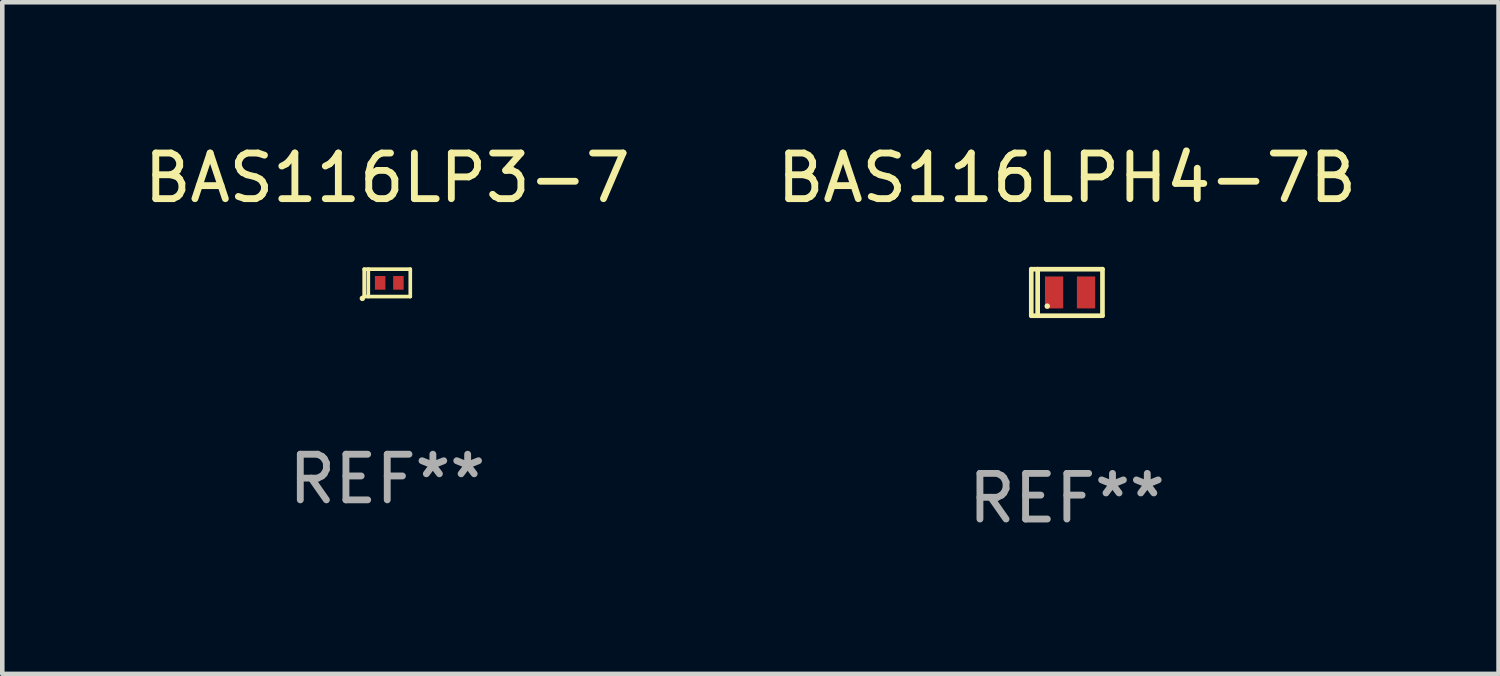
<source format=kicad_pcb>
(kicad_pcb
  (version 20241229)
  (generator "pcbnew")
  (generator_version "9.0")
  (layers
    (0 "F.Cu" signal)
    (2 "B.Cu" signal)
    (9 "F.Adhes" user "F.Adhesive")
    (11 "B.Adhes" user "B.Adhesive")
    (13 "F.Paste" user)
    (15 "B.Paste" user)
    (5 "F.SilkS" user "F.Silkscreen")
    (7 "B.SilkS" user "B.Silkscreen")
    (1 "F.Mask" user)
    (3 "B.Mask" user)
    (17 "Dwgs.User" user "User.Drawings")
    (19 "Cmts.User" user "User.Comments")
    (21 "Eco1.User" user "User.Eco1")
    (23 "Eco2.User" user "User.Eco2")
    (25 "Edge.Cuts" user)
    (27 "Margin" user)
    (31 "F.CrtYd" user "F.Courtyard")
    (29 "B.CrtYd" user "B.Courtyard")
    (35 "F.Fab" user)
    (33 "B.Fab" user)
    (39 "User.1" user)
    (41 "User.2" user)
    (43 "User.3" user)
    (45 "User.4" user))
  (footprint "BAS116LP3-7"
    (layer "F.Cu")
    (at 5.435 3.148)
    (property "Reference" "BAS116LP3-7" (at 0 -2.3 0) (layer "F.SilkS") (effects (font (size 1 1) (thickness 0.15))))
    (attr through_hole)
    (fp_line (start -0.505 -0.3) (end -0.505 0.3) (stroke (width 0.08) (type solid)) (layer "F.SilkS"))
    (fp_line (start -0.505 -0.3) (end 0.505 -0.3) (stroke (width 0.08) (type solid)) (layer "F.SilkS"))
    (fp_line (start -0.505 0.3) (end 0.505 0.3) (stroke (width 0.08) (type solid)) (layer "F.SilkS"))
    (fp_line (start -0.415 -0.3) (end -0.415 0.3) (stroke (width 0.08) (type solid)) (layer "F.SilkS"))
    (fp_line (start 0.505 -0.3) (end 0.505 0.3) (stroke (width 0.08) (type solid)) (layer "F.SilkS"))
    (fp_circle (center -0.545 0.34) (end -0.515 0.34) (stroke (width 0.06) (type solid)) (fill no) (layer "F.SilkS"))
    (fp_text user "REF**" (at 0 4.3 0) (layer "F.Fab") (effects (font (size 1 1) (thickness 0.15))))
    (pad "1" smd rect (at -0.155 0 180) (size 0.23 0.3) (layers "F.Cu" "F.Mask" "F.Paste"))
    (pad "2" smd rect (at 0.245 0 180) (size 0.23 0.3) (layers "F.Cu" "F.Mask" "F.Paste")))
  (footprint "BAS116LPH4-7B"
    (layer "F.Cu")
    (at 20.327 3.358)
    (property "Reference" "BAS116LPH4-7B" (at 0 -2.51 0) (layer "F.SilkS") (effects (font (size 1 1) (thickness 0.15))))
    (attr through_hole)
    (fp_line (start -0.78 -0.51) (end -0.78 0.51) (stroke (width 0.102) (type solid)) (layer "F.SilkS"))
    (fp_line (start -0.78 -0.51) (end 0.78 -0.51) (stroke (width 0.102) (type solid)) (layer "F.SilkS"))
    (fp_line (start -0.78 0.51) (end 0.78 0.51) (stroke (width 0.102) (type solid)) (layer "F.SilkS"))
    (fp_line (start -0.64 -0.51) (end -0.64 0.51) (stroke (width 0.102) (type solid)) (layer "F.SilkS"))
    (fp_line (start 0.78 -0.51) (end 0.78 0.51) (stroke (width 0.102) (type solid)) (layer "F.SilkS"))
    (fp_circle (center -0.43 0.3) (end -0.4 0.3) (stroke (width 0.06) (type solid)) (fill no) (layer "F.SilkS"))
    (fp_text user "REF**" (at 0 4.51 0) (layer "F.Fab") (effects (font (size 1 1) (thickness 0.15))))
    (pad "1" smd rect (at -0.28 0) (size 0.4 0.7) (layers "F.Cu" "F.Mask" "F.Paste"))
    (pad "2" smd rect (at 0.42 0) (size 0.4 0.7) (layers "F.Cu" "F.Mask" "F.Paste")))
  (gr_rect
    (start -3 -3)
    (end 29.786 11.716)
    (stroke (width 0.1) (type default))
    (fill no)
    (layer "Edge.Cuts")))
</source>
